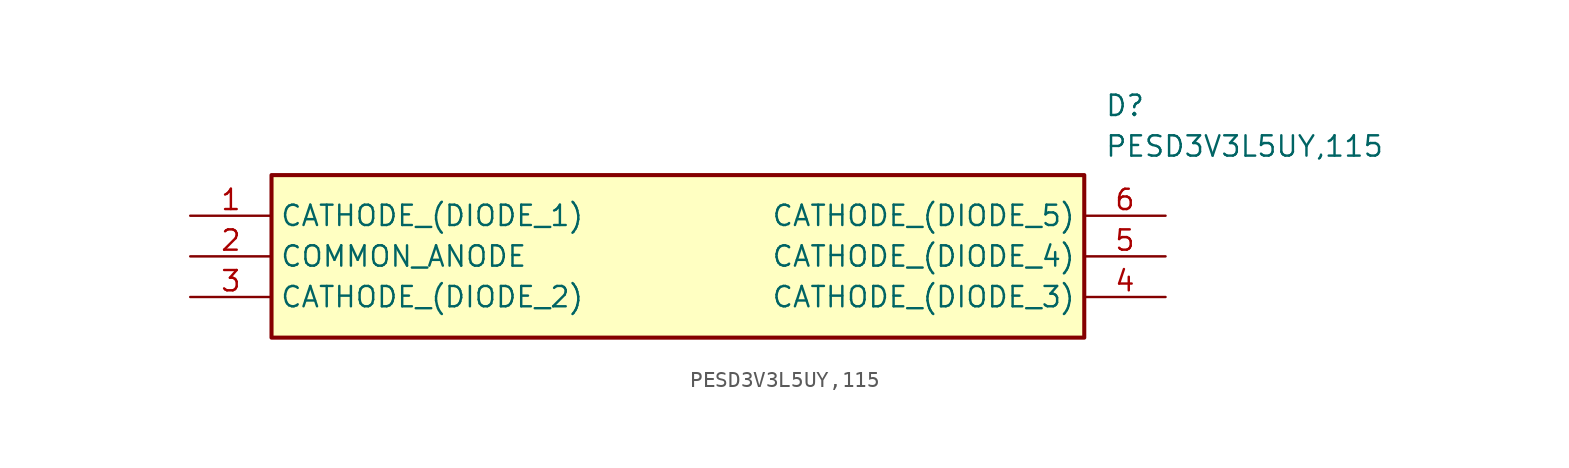
<source format=kicad_sym>
(kicad_symbol_lib
  (version 20211014)
  (generator SamacSys_ECAD_Model)
  (symbol "PESD3V3L5UY,115"
    (property "Reference" "D"
      (at 57.15 7.62 0)
      (effects (font (size 1.27 1.27)) (justify left top)))
    (property "Value" "PESD3V3L5UY,115"
      (at 57.15 5.08 0)
      (effects (font (size 1.27 1.27)) (justify left top)))
    (rectangle
      (start 5.08 2.54)
      (end 55.88 -7.62)
      (stroke (width 0.254) (type default))
      (fill (type background)))
    (pin passive line
      (at 0 0 0)
      (length 5.08)
      (name "CATHODE_(DIODE_1)" (effects (font (size 1.27 1.27))))
      (number "1" (effects (font (size 1.27 1.27)))))
    (pin passive line
      (at 0 -2.54 0)
      (length 5.08)
      (name "COMMON_ANODE" (effects (font (size 1.27 1.27))))
      (number "2" (effects (font (size 1.27 1.27)))))
    (pin passive line
      (at 0 -5.08 0)
      (length 5.08)
      (name "CATHODE_(DIODE_2)" (effects (font (size 1.27 1.27))))
      (number "3" (effects (font (size 1.27 1.27)))))
    (pin passive line
      (at 60.96 0 180)
      (length 5.08)
      (name "CATHODE_(DIODE_5)" (effects (font (size 1.27 1.27))))
      (number "6" (effects (font (size 1.27 1.27)))))
    (pin passive line
      (at 60.96 -2.54 180)
      (length 5.08)
      (name "CATHODE_(DIODE_4)" (effects (font (size 1.27 1.27))))
      (number "5" (effects (font (size 1.27 1.27)))))
    (pin passive line
      (at 60.96 -5.08 180)
      (length 5.08)
      (name "CATHODE_(DIODE_3)" (effects (font (size 1.27 1.27))))
      (number "4" (effects (font (size 1.27 1.27)))))))
</source>
